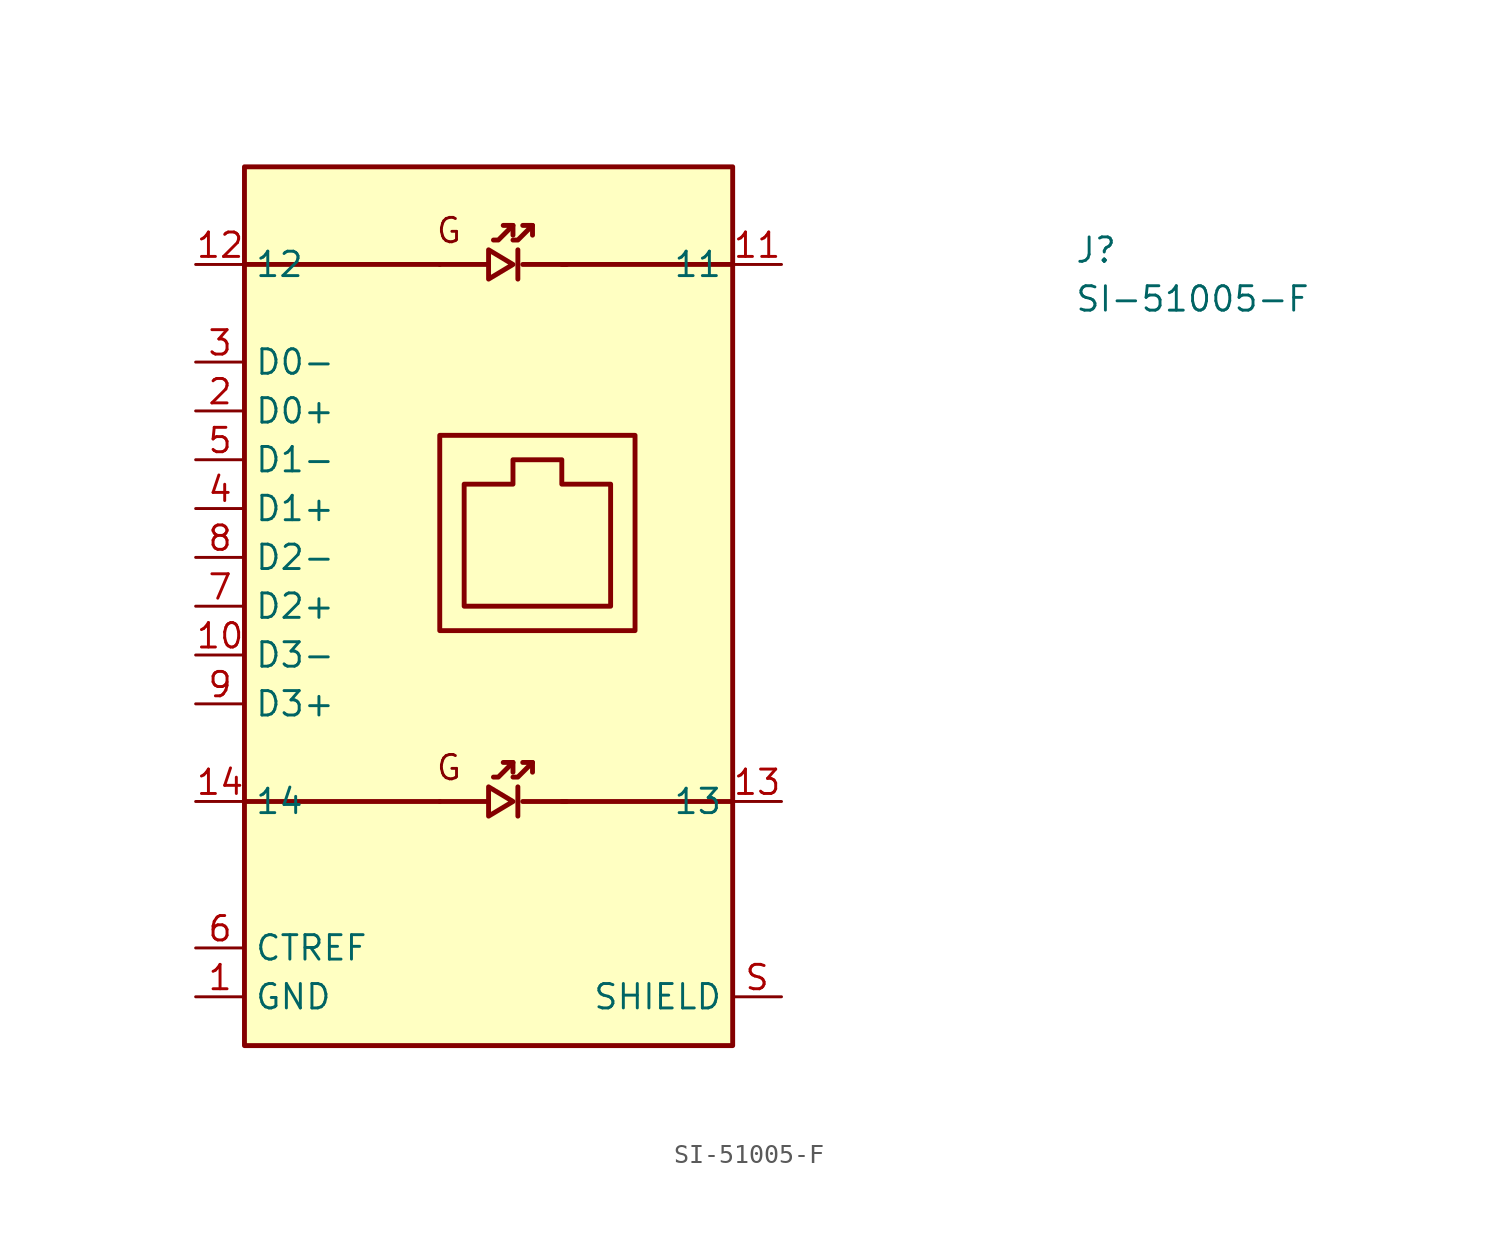
<source format=kicad_sym>
(kicad_symbol_lib
  (version 20211014)
  (generator kicad_symbol_editor)
  (symbol "SI-51005-F"
    (property "Reference" "J"
      (at 45.72 0 0)
      (effects (font (size 1.27 1.27) (thickness 0.15)) (justify left bottom)))
    (property "Value" "SI-51005-F"
      (at 45.72 -2.54 0)
      (effects (font (size 1.27 1.27) (thickness 0.15)) (justify left bottom)))
    (symbol "SI-51005-F_1_1"
      (polyline (pts (xy 2.54 0) (xy 12.7 0)) (stroke (width 0.254) (type default) (color 0 0 0 0)) (fill (type background)))
      (polyline (pts (xy 12.7 -27.94) (xy 2.54 -27.94)) (stroke (width 0.254) (type default) (color 0 0 0 0)) (fill (type background)))
      (polyline (pts (xy 12.7 -27.94) (xy 15.24 -27.94)) (stroke (width 0.254) (type default) (color 0 0 0 0)) (fill (type background)))
      (polyline (pts (xy 12.7 0) (xy 15.24 0)) (stroke (width 0.254) (type default) (color 0 0 0 0)) (fill (type background)))
      (polyline (pts (xy 16.51 -25.908) (xy 16.51 -26.416)) (stroke (width 0.254) (type default) (color 0 0 0 0)) (fill (type background)))
      (polyline (pts (xy 16.51 2.032) (xy 16.51 1.524)) (stroke (width 0.254) (type default) (color 0 0 0 0)) (fill (type background)))
      (polyline (pts (xy 16.764 -27.178) (xy 16.764 -28.702)) (stroke (width 0.254) (type default) (color 0 0 0 0)) (fill (type background)))
      (polyline (pts (xy 16.764 0.762) (xy 16.764 -0.762)) (stroke (width 0.254) (type default) (color 0 0 0 0)) (fill (type background)))
      (polyline (pts (xy 17.018 -27.94) (xy 19.304 -27.94)) (stroke (width 0.254) (type default) (color 0 0 0 0)) (fill (type background)))
      (polyline (pts (xy 17.018 0) (xy 19.304 0)) (stroke (width 0.254) (type default) (color 0 0 0 0)) (fill (type background)))
      (polyline (pts (xy 17.526 -25.908) (xy 17.526 -26.416)) (stroke (width 0.254) (type default) (color 0 0 0 0)) (fill (type background)))
      (polyline (pts (xy 17.526 2.032) (xy 17.526 1.524)) (stroke (width 0.254) (type default) (color 0 0 0 0)) (fill (type background)))
      (polyline (pts (xy 19.05 -27.94) (xy 27.94 -27.94)) (stroke (width 0.254) (type default) (color 0 0 0 0)) (fill (type background)))
      (polyline (pts (xy 19.05 0) (xy 27.94 0)) (stroke (width 0.254) (type default) (color 0 0 0 0)) (fill (type background)))
      (polyline (pts (xy 15.494 -26.67) (xy 15.748 -26.67) (xy 16.51 -25.908) (xy 16.002 -25.908)) (stroke (width 0.254) (type default) (color 0 0 0 0)) (fill (type background)))
      (polyline (pts (xy 15.494 1.27) (xy 15.748 1.27) (xy 16.51 2.032) (xy 16.002 2.032)) (stroke (width 0.254) (type default) (color 0 0 0 0)) (fill (type background)))
      (polyline (pts (xy 16.51 -27.94) (xy 15.24 -27.178) (xy 15.24 -28.702) (xy 16.51 -27.94)) (stroke (width 0.254) (type default) (color 0 0 0 0)) (fill (type background)))
      (polyline (pts (xy 16.51 -26.67) (xy 16.764 -26.67) (xy 17.526 -25.908) (xy 17.018 -25.908)) (stroke (width 0.254) (type default) (color 0 0 0 0)) (fill (type background)))
      (polyline (pts (xy 16.51 0) (xy 15.24 0.762) (xy 15.24 -0.762) (xy 16.51 0)) (stroke (width 0.254) (type default) (color 0 0 0 0)) (fill (type background)))
      (polyline (pts (xy 16.51 1.27) (xy 16.764 1.27) (xy 17.526 2.032) (xy 17.018 2.032)) (stroke (width 0.254) (type default) (color 0 0 0 0)) (fill (type background)))
      (polyline (pts (xy 12.7 -8.89) (xy 12.7 -19.05) (xy 22.86 -19.05) (xy 22.86 -8.89) (xy 12.7 -8.89)) (stroke (width 0.254) (type default) (color 0 0 0 0)) (fill (type background)))
      (polyline (pts (xy 13.97 -11.43) (xy 13.97 -17.78) (xy 21.59 -17.78) (xy 21.59 -11.43) (xy 19.05 -11.43) (xy 19.05 -10.16) (xy 16.51 -10.16) (xy 16.51 -11.43) (xy 13.97 -11.43)) (stroke (width 0.254) (type default) (color 0 0 0 0)) (fill (type background)))
      (rectangle (start 2.54 -40.64) (end 27.94 5.08) (stroke (width 0.254) (type default) (color 0 0 0 0)) (fill (type background)))
      (text "G" (at 12.446 -26.924 0) (effects (font (size 1.27 1.27) (thickness 0.15)) (justify left bottom)))
      (text "G" (at 12.446 1.016 0) (effects (font (size 1.27 1.27) (thickness 0.15)) (justify left bottom)))
      (pin passive line (at 0 -38.1 0) (length 2.54) (name "GND" (effects (font (size 1.27 1.27)))) (number "1" (effects (font (size 1.27 1.27)))))
      (pin passive line (at 0 -20.32 0) (length 2.54) (name "D3-" (effects (font (size 1.27 1.27)))) (number "10" (effects (font (size 1.27 1.27)))))
      (pin passive line (at 30.48 0 180) (length 2.54) (name "11" (effects (font (size 1.27 1.27)))) (number "11" (effects (font (size 1.27 1.27)))))
      (pin passive line (at 0 0 0) (length 2.54) (name "12" (effects (font (size 1.27 1.27)))) (number "12" (effects (font (size 1.27 1.27)))))
      (pin passive line (at 30.48 -27.94 180) (length 2.54) (name "13" (effects (font (size 1.27 1.27)))) (number "13" (effects (font (size 1.27 1.27)))))
      (pin passive line (at 0 -27.94 0) (length 2.54) (name "14" (effects (font (size 1.27 1.27)))) (number "14" (effects (font (size 1.27 1.27)))))
      (pin passive line (at 0 -7.62 0) (length 2.54) (name "D0+" (effects (font (size 1.27 1.27)))) (number "2" (effects (font (size 1.27 1.27)))))
      (pin passive line (at 0 -5.08 0) (length 2.54) (name "D0-" (effects (font (size 1.27 1.27)))) (number "3" (effects (font (size 1.27 1.27)))))
      (pin passive line (at 0 -12.7 0) (length 2.54) (name "D1+" (effects (font (size 1.27 1.27)))) (number "4" (effects (font (size 1.27 1.27)))))
      (pin passive line (at 0 -10.16 0) (length 2.54) (name "D1-" (effects (font (size 1.27 1.27)))) (number "5" (effects (font (size 1.27 1.27)))))
      (pin passive line (at 0 -35.56 0) (length 2.54) (name "CTREF" (effects (font (size 1.27 1.27)))) (number "6" (effects (font (size 1.27 1.27)))))
      (pin passive line (at 0 -17.78 0) (length 2.54) (name "D2+" (effects (font (size 1.27 1.27)))) (number "7" (effects (font (size 1.27 1.27)))))
      (pin passive line (at 0 -15.24 0) (length 2.54) (name "D2-" (effects (font (size 1.27 1.27)))) (number "8" (effects (font (size 1.27 1.27)))))
      (pin passive line (at 0 -22.86 0) (length 2.54) (name "D3+" (effects (font (size 1.27 1.27)))) (number "9" (effects (font (size 1.27 1.27)))))
      (pin passive line (at 30.48 -38.1 180) (length 2.54) (name "SHIELD" (effects (font (size 1.27 1.27)))) (number "S" (effects (font (size 1.27 1.27))))))))
</source>
